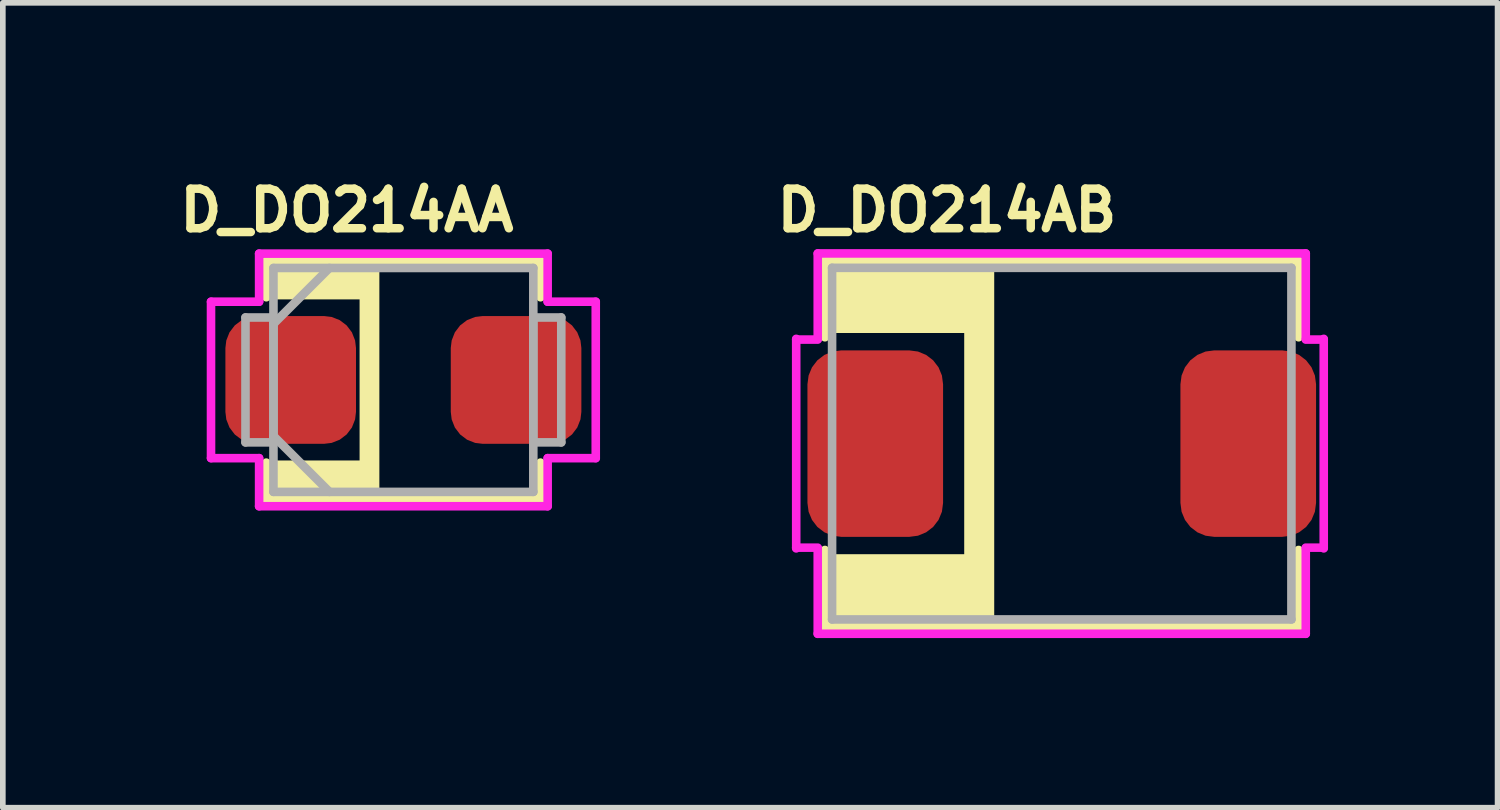
<source format=kicad_pcb>
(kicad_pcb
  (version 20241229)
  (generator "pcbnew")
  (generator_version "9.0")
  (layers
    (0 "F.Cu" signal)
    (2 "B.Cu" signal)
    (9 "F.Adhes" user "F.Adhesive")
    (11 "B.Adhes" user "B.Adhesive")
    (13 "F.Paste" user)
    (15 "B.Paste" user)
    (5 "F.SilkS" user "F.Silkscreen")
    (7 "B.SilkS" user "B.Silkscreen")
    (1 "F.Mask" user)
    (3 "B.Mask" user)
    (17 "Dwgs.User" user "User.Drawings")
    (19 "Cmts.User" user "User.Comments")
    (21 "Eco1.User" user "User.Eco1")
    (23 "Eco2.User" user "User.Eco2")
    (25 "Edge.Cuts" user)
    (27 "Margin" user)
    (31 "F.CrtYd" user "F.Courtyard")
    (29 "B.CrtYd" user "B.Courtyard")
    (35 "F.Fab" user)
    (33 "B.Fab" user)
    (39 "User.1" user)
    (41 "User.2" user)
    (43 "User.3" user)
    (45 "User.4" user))
  (footprint "D_DO214AA"
    (layer "F.Cu")
    (at 4.088 3.673)
    (property "Reference" "D_DO214AA" (at -1 -3 0) (layer "F.SilkS") (effects (font (size 0.7 0.7) (thickness 0.15))))
    (attr smd)
    (fp_line (start -2.426 -2.108) (end -2.426 -1.463) (stroke (width 0.152) (type solid)) (layer "F.SilkS"))
    (fp_line (start -2.426 1.463) (end -2.426 2.108) (stroke (width 0.152) (type solid)) (layer "F.SilkS"))
    (fp_line (start -2.426 2.108) (end 2.426 2.108) (stroke (width 0.152) (type solid)) (layer "F.SilkS"))
    (fp_line (start 2.426 -2.108) (end -2.426 -2.108) (stroke (width 0.152) (type solid)) (layer "F.SilkS"))
    (fp_line (start 2.426 -1.463) (end 2.426 -2.108) (stroke (width 0.152) (type solid)) (layer "F.SilkS"))
    (fp_line (start 2.426 2.108) (end 2.426 1.463) (stroke (width 0.152) (type solid)) (layer "F.SilkS"))
    (fp_poly (pts (xy -2.4 -2.1) (xy -0.5 -2.1) (xy -0.5 2.1) (xy -2.4 2.1) (xy -2.4 1.5) (xy -0.7 1.5) (xy -0.7 -1.5) (xy -2.4 -1.5)) (stroke (width 0.15) (type solid)) (fill yes) (layer "F.SilkS"))
    (fp_line (start -3.404 -1.384) (end -2.553 -1.384) (stroke (width 0.152) (type solid)) (layer "F.CrtYd"))
    (fp_line (start -3.404 1.384) (end -3.404 -1.384) (stroke (width 0.152) (type solid)) (layer "F.CrtYd"))
    (fp_line (start -2.553 -2.235) (end 2.553 -2.235) (stroke (width 0.152) (type solid)) (layer "F.CrtYd"))
    (fp_line (start -2.553 -1.384) (end -2.553 -2.235) (stroke (width 0.152) (type solid)) (layer "F.CrtYd"))
    (fp_line (start -2.553 1.384) (end -3.404 1.384) (stroke (width 0.152) (type solid)) (layer "F.CrtYd"))
    (fp_line (start -2.553 2.235) (end -2.553 1.384) (stroke (width 0.152) (type solid)) (layer "F.CrtYd"))
    (fp_line (start 2.553 -2.235) (end 2.553 -1.384) (stroke (width 0.152) (type solid)) (layer "F.CrtYd"))
    (fp_line (start 2.553 -1.384) (end 3.404 -1.384) (stroke (width 0.152) (type solid)) (layer "F.CrtYd"))
    (fp_line (start 2.553 1.384) (end 2.553 2.235) (stroke (width 0.152) (type solid)) (layer "F.CrtYd"))
    (fp_line (start 2.553 2.235) (end -2.553 2.235) (stroke (width 0.152) (type solid)) (layer "F.CrtYd"))
    (fp_line (start 3.404 -1.384) (end 3.404 1.384) (stroke (width 0.152) (type solid)) (layer "F.CrtYd"))
    (fp_line (start 3.404 1.384) (end 2.553 1.384) (stroke (width 0.152) (type solid)) (layer "F.CrtYd"))
    (fp_line (start -2.794 -1.105) (end -2.794 1.105) (stroke (width 0.152) (type solid)) (layer "F.Fab"))
    (fp_line (start -2.794 1.105) (end -2.299 1.105) (stroke (width 0.152) (type solid)) (layer "F.Fab"))
    (fp_line (start -2.299 -1.981) (end -2.299 1.981) (stroke (width 0.152) (type solid)) (layer "F.Fab"))
    (fp_line (start -2.299 -1.105) (end -2.794 -1.105) (stroke (width 0.152) (type solid)) (layer "F.Fab"))
    (fp_line (start -2.299 -0.991) (end -1.308 -1.981) (stroke (width 0.152) (type solid)) (layer "F.Fab"))
    (fp_line (start -2.299 0.991) (end -1.308 1.981) (stroke (width 0.152) (type solid)) (layer "F.Fab"))
    (fp_line (start -2.299 1.105) (end -2.299 -1.105) (stroke (width 0.152) (type solid)) (layer "F.Fab"))
    (fp_line (start -2.299 1.981) (end 2.299 1.981) (stroke (width 0.152) (type solid)) (layer "F.Fab"))
    (fp_line (start 2.299 -1.981) (end -2.299 -1.981) (stroke (width 0.152) (type solid)) (layer "F.Fab"))
    (fp_line (start 2.299 -1.105) (end 2.299 1.105) (stroke (width 0.152) (type solid)) (layer "F.Fab"))
    (fp_line (start 2.299 1.105) (end 2.794 1.105) (stroke (width 0.152) (type solid)) (layer "F.Fab"))
    (fp_line (start 2.299 1.981) (end 2.299 -1.981) (stroke (width 0.152) (type solid)) (layer "F.Fab"))
    (fp_line (start 2.794 -1.105) (end 2.299 -1.105) (stroke (width 0.152) (type solid)) (layer "F.Fab"))
    (fp_line (start 2.794 1.105) (end 2.794 -1.105) (stroke (width 0.152) (type solid)) (layer "F.Fab"))
    (pad "1" smd roundrect (at -1.994 0) (size 2.311 2.261) (layers "F.Cu" "F.Mask" "F.Paste") (roundrect_rratio 0.25))
    (pad "2" smd roundrect (at 1.994 0) (size 2.311 2.261) (layers "F.Cu" "F.Mask" "F.Paste") (roundrect_rratio 0.25)))
  (footprint "D_DO214AB"
    (layer "F.Cu")
    (at 15.738 4.8)
    (property "Reference" "D_DO214AB" (at -2.032 -4.128 0) (layer "F.SilkS") (effects (font (size 0.7 0.7) (thickness 0.15))))
    (attr smd)
    (fp_line (start -4.191 -3.239) (end -4.191 -1.882) (stroke (width 0.152) (type solid)) (layer "F.SilkS"))
    (fp_line (start -4.191 1.882) (end -4.191 3.239) (stroke (width 0.152) (type solid)) (layer "F.SilkS"))
    (fp_line (start -4.191 3.239) (end 4.191 3.239) (stroke (width 0.152) (type solid)) (layer "F.SilkS"))
    (fp_line (start 4.191 -3.239) (end -4.191 -3.239) (stroke (width 0.152) (type solid)) (layer "F.SilkS"))
    (fp_line (start 4.191 -1.882) (end 4.191 -3.239) (stroke (width 0.152) (type solid)) (layer "F.SilkS"))
    (fp_line (start 4.191 3.239) (end 4.191 1.882) (stroke (width 0.152) (type solid)) (layer "F.SilkS"))
    (fp_poly (pts (xy -4.191 2.032) (xy -1.651 2.032) (xy -1.651 -2.032) (xy -4.191 -2.032) (xy -4.191 -3.239) (xy -1.27 -3.239) (xy -1.27 3.239) (xy -4.191 3.239)) (stroke (width 0.15) (type solid)) (fill yes) (layer "F.SilkS"))
    (fp_line (start -4.699 -1.841) (end -4.318 -1.841) (stroke (width 0.152) (type solid)) (layer "F.CrtYd"))
    (fp_line (start -4.699 1.854) (end -4.699 -1.854) (stroke (width 0.152) (type solid)) (layer "F.CrtYd"))
    (fp_line (start -4.318 -3.365) (end 4.318 -3.365) (stroke (width 0.152) (type solid)) (layer "F.CrtYd"))
    (fp_line (start -4.318 -1.854) (end -4.318 -3.365) (stroke (width 0.152) (type solid)) (layer "F.CrtYd"))
    (fp_line (start -4.318 1.841) (end -4.699 1.841) (stroke (width 0.152) (type solid)) (layer "F.CrtYd"))
    (fp_line (start -4.318 3.365) (end -4.318 1.854) (stroke (width 0.152) (type solid)) (layer "F.CrtYd"))
    (fp_line (start 4.318 -3.365) (end 4.318 -1.854) (stroke (width 0.152) (type solid)) (layer "F.CrtYd"))
    (fp_line (start 4.318 -1.841) (end 4.636 -1.841) (stroke (width 0.152) (type solid)) (layer "F.CrtYd"))
    (fp_line (start 4.318 1.854) (end 4.318 3.365) (stroke (width 0.152) (type solid)) (layer "F.CrtYd"))
    (fp_line (start 4.318 3.365) (end -4.318 3.365) (stroke (width 0.152) (type solid)) (layer "F.CrtYd"))
    (fp_line (start 4.636 -1.854) (end 4.636 1.854) (stroke (width 0.152) (type solid)) (layer "F.CrtYd"))
    (fp_line (start 4.636 1.841) (end 4.318 1.841) (stroke (width 0.152) (type solid)) (layer "F.CrtYd"))
    (fp_line (start -4.064 -3.111) (end -4.064 3.111) (stroke (width 0.152) (type solid)) (layer "F.Fab"))
    (fp_line (start -4.064 3.111) (end 4.064 3.111) (stroke (width 0.152) (type solid)) (layer "F.Fab"))
    (fp_line (start 4.064 -3.111) (end -4.064 -3.111) (stroke (width 0.152) (type solid)) (layer "F.Fab"))
    (fp_line (start 4.064 3.111) (end 4.064 -3.111) (stroke (width 0.152) (type solid)) (layer "F.Fab"))
    (pad "1" smd roundrect (at -3.3 0 90) (size 3.3 2.4) (layers "F.Cu" "F.Mask" "F.Paste") (roundrect_rratio 0.25))
    (pad "2" smd roundrect (at 3.3 0 90) (size 3.3 2.4) (layers "F.Cu" "F.Mask" "F.Paste") (roundrect_rratio 0.25)))
  (gr_rect
    (start -3 -3)
    (end 23.45 11.242)
    (stroke (width 0.1) (type default))
    (fill no)
    (layer "Edge.Cuts")))
</source>
